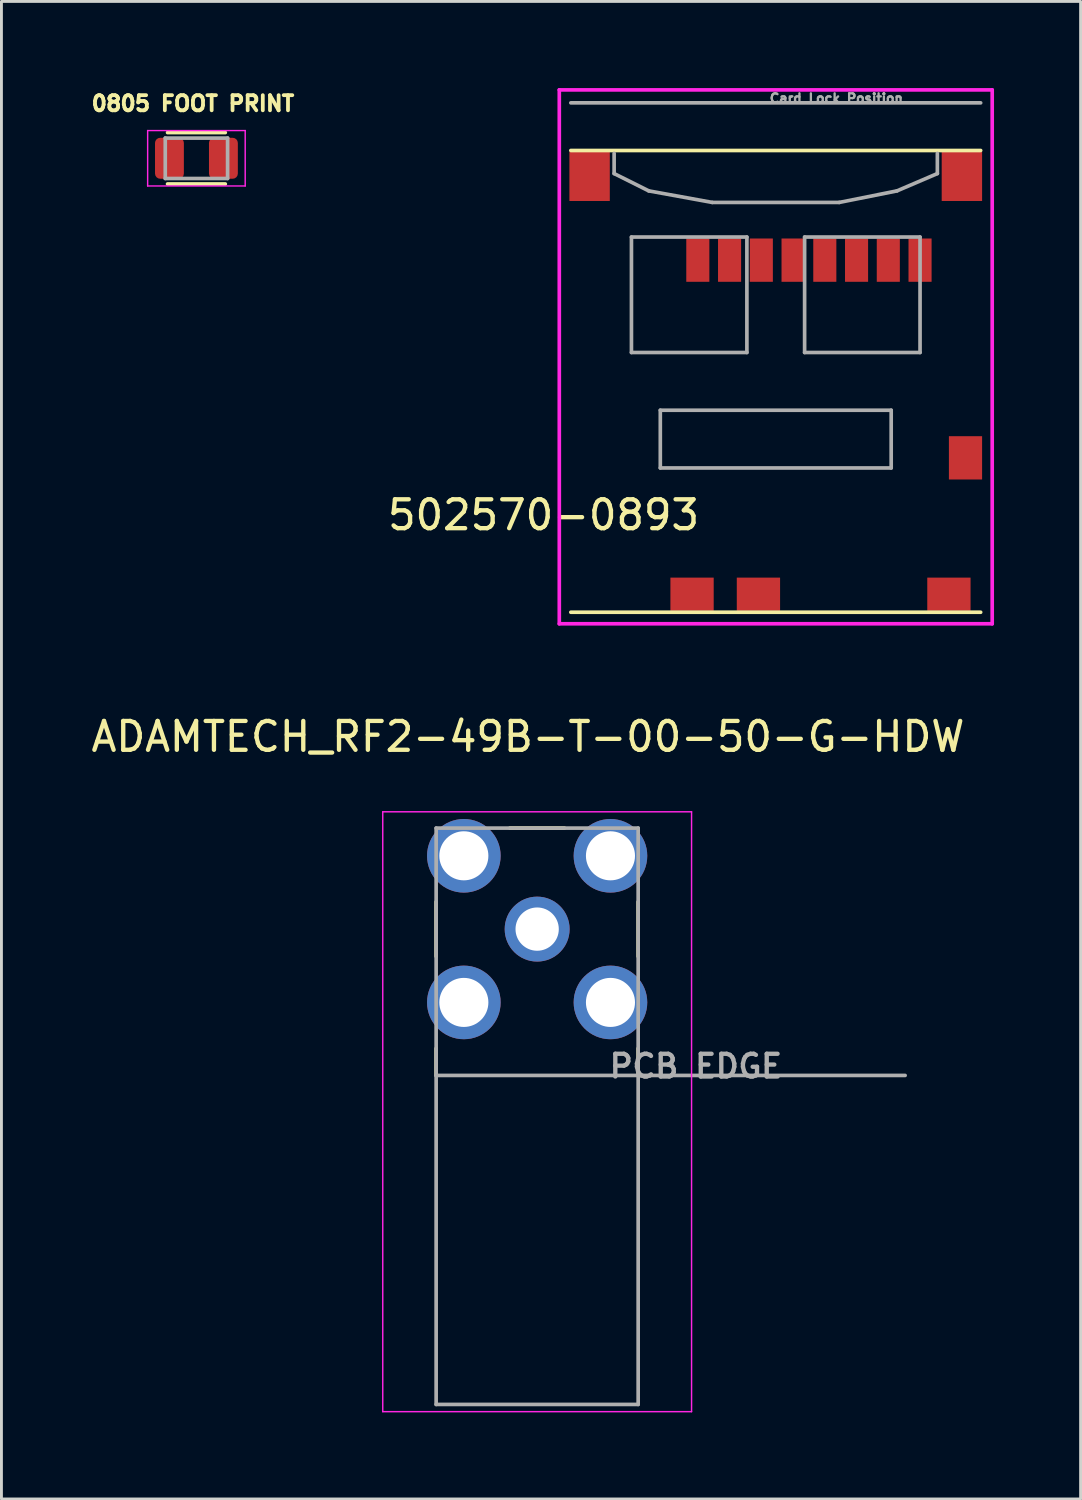
<source format=kicad_pcb>
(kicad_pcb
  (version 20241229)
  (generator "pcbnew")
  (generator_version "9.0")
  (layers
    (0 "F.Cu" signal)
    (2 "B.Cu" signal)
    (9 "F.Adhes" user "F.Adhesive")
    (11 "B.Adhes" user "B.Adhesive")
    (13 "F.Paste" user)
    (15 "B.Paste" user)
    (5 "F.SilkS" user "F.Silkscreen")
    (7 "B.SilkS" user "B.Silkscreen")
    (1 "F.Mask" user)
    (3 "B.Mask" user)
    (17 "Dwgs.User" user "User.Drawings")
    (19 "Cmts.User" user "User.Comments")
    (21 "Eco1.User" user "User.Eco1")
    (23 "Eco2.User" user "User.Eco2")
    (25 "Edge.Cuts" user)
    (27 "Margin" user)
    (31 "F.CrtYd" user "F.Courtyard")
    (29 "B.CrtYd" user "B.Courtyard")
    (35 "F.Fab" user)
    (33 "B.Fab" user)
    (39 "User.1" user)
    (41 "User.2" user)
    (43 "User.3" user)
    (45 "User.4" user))
  (footprint "0805 FOOT PRINT"
    (layer "F.Cu")
    (at 3.756 2.434)
    (property "Reference" "0805 FOOT PRINT" (at -0.121 -1.898 0) (layer "F.SilkS") (effects (font (size 0.524 0.524) (thickness 0.15))))
    (attr smd)
    (fp_line (start -1 -0.89) (end 1 -0.89) (stroke (width 0.127) (type solid)) (layer "F.SilkS"))
    (fp_line (start -1 0.89) (end 1 0.89) (stroke (width 0.127) (type solid)) (layer "F.SilkS"))
    (fp_line (start -1.69 -0.96) (end 1.69 -0.96) (stroke (width 0.05) (type solid)) (layer "F.CrtYd"))
    (fp_line (start -1.69 0.96) (end -1.69 -0.96) (stroke (width 0.05) (type solid)) (layer "F.CrtYd"))
    (fp_line (start 1.69 -0.96) (end 1.69 0.96) (stroke (width 0.05) (type solid)) (layer "F.CrtYd"))
    (fp_line (start 1.69 0.96) (end -1.69 0.96) (stroke (width 0.05) (type solid)) (layer "F.CrtYd"))
    (fp_line (start -1.08 -0.7) (end -1.08 0.7) (stroke (width 0.127) (type solid)) (layer "F.Fab"))
    (fp_line (start -1.08 -0.7) (end 1.08 -0.7) (stroke (width 0.127) (type solid)) (layer "F.Fab"))
    (fp_line (start -1.08 0.7) (end 1.08 0.7) (stroke (width 0.127) (type solid)) (layer "F.Fab"))
    (fp_line (start 1.08 -0.7) (end 1.08 0.7) (stroke (width 0.127) (type solid)) (layer "F.Fab"))
    (pad "1" smd roundrect (at -0.935 0) (size 1 1.42) (layers "F.Cu" "F.Mask" "F.Paste") (roundrect_rratio 0.18))
    (pad "2" smd roundrect (at 0.935 0) (size 1 1.42) (layers "F.Cu" "F.Mask" "F.Paste") (roundrect_rratio 0.18)))
  (footprint "502570-0893"
    (layer "F.Cu")
    (at 23.829 10.164)
    (property "Reference" "502570-0893" (at -8.046 4.631 180) (layer "F.SilkS") (effects (font (size 1.001 1.001) (thickness 0.15))))
    (attr smd)
    (fp_line (start -7.1 -8) (end 7.1 -8) (stroke (width 0.127) (type solid)) (layer "F.SilkS"))
    (fp_line (start -7.1 8) (end 7.1 8) (stroke (width 0.127) (type solid)) (layer "F.SilkS"))
    (fp_line (start -7.5 -10.1) (end -7.5 8.4) (stroke (width 0.127) (type solid)) (layer "F.CrtYd"))
    (fp_line (start -7.5 8.4) (end 7.5 8.4) (stroke (width 0.127) (type solid)) (layer "F.CrtYd"))
    (fp_line (start 7.5 -10.1) (end -7.5 -10.1) (stroke (width 0.127) (type solid)) (layer "F.CrtYd"))
    (fp_line (start 7.5 8.4) (end 7.5 -10.1) (stroke (width 0.127) (type solid)) (layer "F.CrtYd"))
    (fp_line (start -7.1 -9.65) (end 7.1 -9.65) (stroke (width 0.127) (type solid)) (layer "F.Fab"))
    (fp_line (start -5.6 -7.9) (end -5.6 -7.2) (stroke (width 0.127) (type solid)) (layer "F.Fab"))
    (fp_line (start -5.6 -7.2) (end -4.4 -6.6) (stroke (width 0.127) (type solid)) (layer "F.Fab"))
    (fp_line (start -5 -5) (end -5 -1) (stroke (width 0.127) (type solid)) (layer "F.Fab"))
    (fp_line (start -5 -1) (end -1 -1) (stroke (width 0.127) (type solid)) (layer "F.Fab"))
    (fp_line (start -4.4 -6.6) (end -2.2 -6.2) (stroke (width 0.127) (type solid)) (layer "F.Fab"))
    (fp_line (start -4 1) (end -4 3) (stroke (width 0.127) (type solid)) (layer "F.Fab"))
    (fp_line (start -4 3) (end 4 3) (stroke (width 0.127) (type solid)) (layer "F.Fab"))
    (fp_line (start -2.2 -6.2) (end 2.2 -6.2) (stroke (width 0.127) (type solid)) (layer "F.Fab"))
    (fp_line (start -1 -5) (end -5 -5) (stroke (width 0.127) (type solid)) (layer "F.Fab"))
    (fp_line (start -1 -1) (end -1 -5) (stroke (width 0.127) (type solid)) (layer "F.Fab"))
    (fp_line (start 1 -5) (end 1 -1) (stroke (width 0.127) (type solid)) (layer "F.Fab"))
    (fp_line (start 1 -1) (end 5 -1) (stroke (width 0.127) (type solid)) (layer "F.Fab"))
    (fp_line (start 4 1) (end -4 1) (stroke (width 0.127) (type solid)) (layer "F.Fab"))
    (fp_line (start 4 3) (end 4 1) (stroke (width 0.127) (type solid)) (layer "F.Fab"))
    (fp_line (start 4.2 -6.6) (end 2.2 -6.2) (stroke (width 0.127) (type solid)) (layer "F.Fab"))
    (fp_line (start 5 -5) (end 1 -5) (stroke (width 0.127) (type solid)) (layer "F.Fab"))
    (fp_line (start 5 -1) (end 5 -5) (stroke (width 0.127) (type solid)) (layer "F.Fab"))
    (fp_line (start 5.6 -7.2) (end 4.2 -6.6) (stroke (width 0.127) (type solid)) (layer "F.Fab"))
    (fp_line (start 5.6 -7.2) (end 5.6 -7.9) (stroke (width 0.127) (type solid)) (layer "F.Fab"))
    (fp_text user "Card Lock Position" (at 2.101 -9.805 0) (layer "F.Fab") (effects (font (size 0.32 0.32) (thickness 0.15))))
    (pad "1" smd rect (at -2.7 -4.2) (size 0.8 1.5) (layers "F.Cu" "F.Mask" "F.Paste"))
    (pad "2" smd rect (at -1.6 -4.2) (size 0.8 1.5) (layers "F.Cu" "F.Mask" "F.Paste"))
    (pad "3" smd rect (at -0.5 -4.2) (size 0.8 1.5) (layers "F.Cu" "F.Mask" "F.Paste"))
    (pad "4" smd rect (at 0.6 -4.2) (size 0.8 1.5) (layers "F.Cu" "F.Mask" "F.Paste"))
    (pad "5" smd rect (at 1.7 -4.2) (size 0.8 1.5) (layers "F.Cu" "F.Mask" "F.Paste"))
    (pad "6" smd rect (at 2.8 -4.2) (size 0.8 1.5) (layers "F.Cu" "F.Mask" "F.Paste"))
    (pad "7" smd rect (at 3.9 -4.2) (size 0.8 1.5) (layers "F.Cu" "F.Mask" "F.Paste"))
    (pad "8" smd rect (at 5 -4.2) (size 0.8 1.5) (layers "F.Cu" "F.Mask" "F.Paste"))
    (pad "DL" smd rect (at 6.575 2.65) (size 1.15 1.5) (layers "F.Cu" "F.Mask" "F.Paste"))
    (pad "DS" smd rect (at -0.6 7.375) (size 1.5 1.15) (layers "F.Cu" "F.Mask" "F.Paste"))
    (pad "SM1" smd rect (at -6.45 -7.1) (size 1.4 1.7) (layers "F.Cu" "F.Mask" "F.Paste"))
    (pad "SM2" smd rect (at 6.45 -7.1) (size 1.4 1.7) (layers "F.Cu" "F.Mask" "F.Paste"))
    (pad "SM3" smd rect (at -2.9 7.375) (size 1.5 1.15) (layers "F.Cu" "F.Mask" "F.Paste"))
    (pad "SM4" smd rect (at 6 7.375) (size 1.5 1.15) (layers "F.Cu" "F.Mask" "F.Paste")))
  (footprint "ADAMTECH_RF2-49B-T-00-50-G-HDW"
    (layer "F.Cu")
    (at 15.562 29.143)
    (property "Reference" "ADAMTECH_RF2-49B-T-00-50-G-HDW" (at -0.318 -6.668 0) (layer "F.SilkS") (effects (font (size 1 1) (thickness 0.15))))
    (attr through_hole)
    (fp_line (start -3.5 -0.945) (end -3.5 0.945) (stroke (width 0.127) (type solid)) (layer "F.SilkS"))
    (fp_line (start -3.5 5.07) (end -3.5 4.135) (stroke (width 0.127) (type solid)) (layer "F.SilkS"))
    (fp_line (start -0.945 -3.5) (end 0.945 -3.5) (stroke (width 0.127) (type solid)) (layer "F.SilkS"))
    (fp_line (start 3.5 -0.945) (end 3.5 0.945) (stroke (width 0.127) (type solid)) (layer "F.SilkS"))
    (fp_line (start 3.5 5.07) (end 3.5 4.135) (stroke (width 0.127) (type solid)) (layer "F.SilkS"))
    (fp_line (start -5.35 -4.065) (end -5.35 16.72) (stroke (width 0.05) (type solid)) (layer "F.CrtYd"))
    (fp_line (start -5.35 16.72) (end 5.35 16.72) (stroke (width 0.05) (type solid)) (layer "F.CrtYd"))
    (fp_line (start 5.35 -4.065) (end -5.35 -4.065) (stroke (width 0.05) (type solid)) (layer "F.CrtYd"))
    (fp_line (start 5.35 16.72) (end 5.35 -4.065) (stroke (width 0.05) (type solid)) (layer "F.CrtYd"))
    (fp_line (start -3.5 -3.5) (end 3.5 -3.5) (stroke (width 0.127) (type solid)) (layer "F.Fab"))
    (fp_line (start -3.5 5.07) (end -3.5 -3.5) (stroke (width 0.127) (type solid)) (layer "F.Fab"))
    (fp_line (start -3.5 5.07) (end 12.75 5.07) (stroke (width 0.127) (type solid)) (layer "F.Fab"))
    (fp_line (start -3.5 16.47) (end -3.5 5.07) (stroke (width 0.127) (type solid)) (layer "F.Fab"))
    (fp_line (start 3.5 -3.5) (end 3.5 16.47) (stroke (width 0.127) (type solid)) (layer "F.Fab"))
    (fp_line (start 3.5 16.47) (end -3.5 16.47) (stroke (width 0.127) (type solid)) (layer "F.Fab"))
    (fp_text user "PCB EDGE" (at 5.5 4.75 0) (layer "F.Fab") (effects (font (size 0.787 0.787) (thickness 0.15))))
    (pad "1" thru_hole circle (at 0 0) (size 2.25 2.25) (drill 1.5) (layers "*.Cu" "*.Mask"))
    (pad "SH1" thru_hole circle (at -2.54 -2.54) (size 2.55 2.55) (drill 1.7) (layers "*.Cu" "*.Mask"))
    (pad "SH2" thru_hole circle (at 2.54 -2.54) (size 2.55 2.55) (drill 1.7) (layers "*.Cu" "*.Mask"))
    (pad "SH3" thru_hole circle (at 2.54 2.54) (size 2.55 2.55) (drill 1.7) (layers "*.Cu" "*.Mask"))
    (pad "SH4" thru_hole circle (at -2.54 2.54) (size 2.55 2.55) (drill 1.7) (layers "*.Cu" "*.Mask")))
  (gr_rect
    (start -3 -3)
    (end 34.392 48.888)
    (stroke (width 0.1) (type default))
    (fill no)
    (layer "Edge.Cuts")))
</source>
